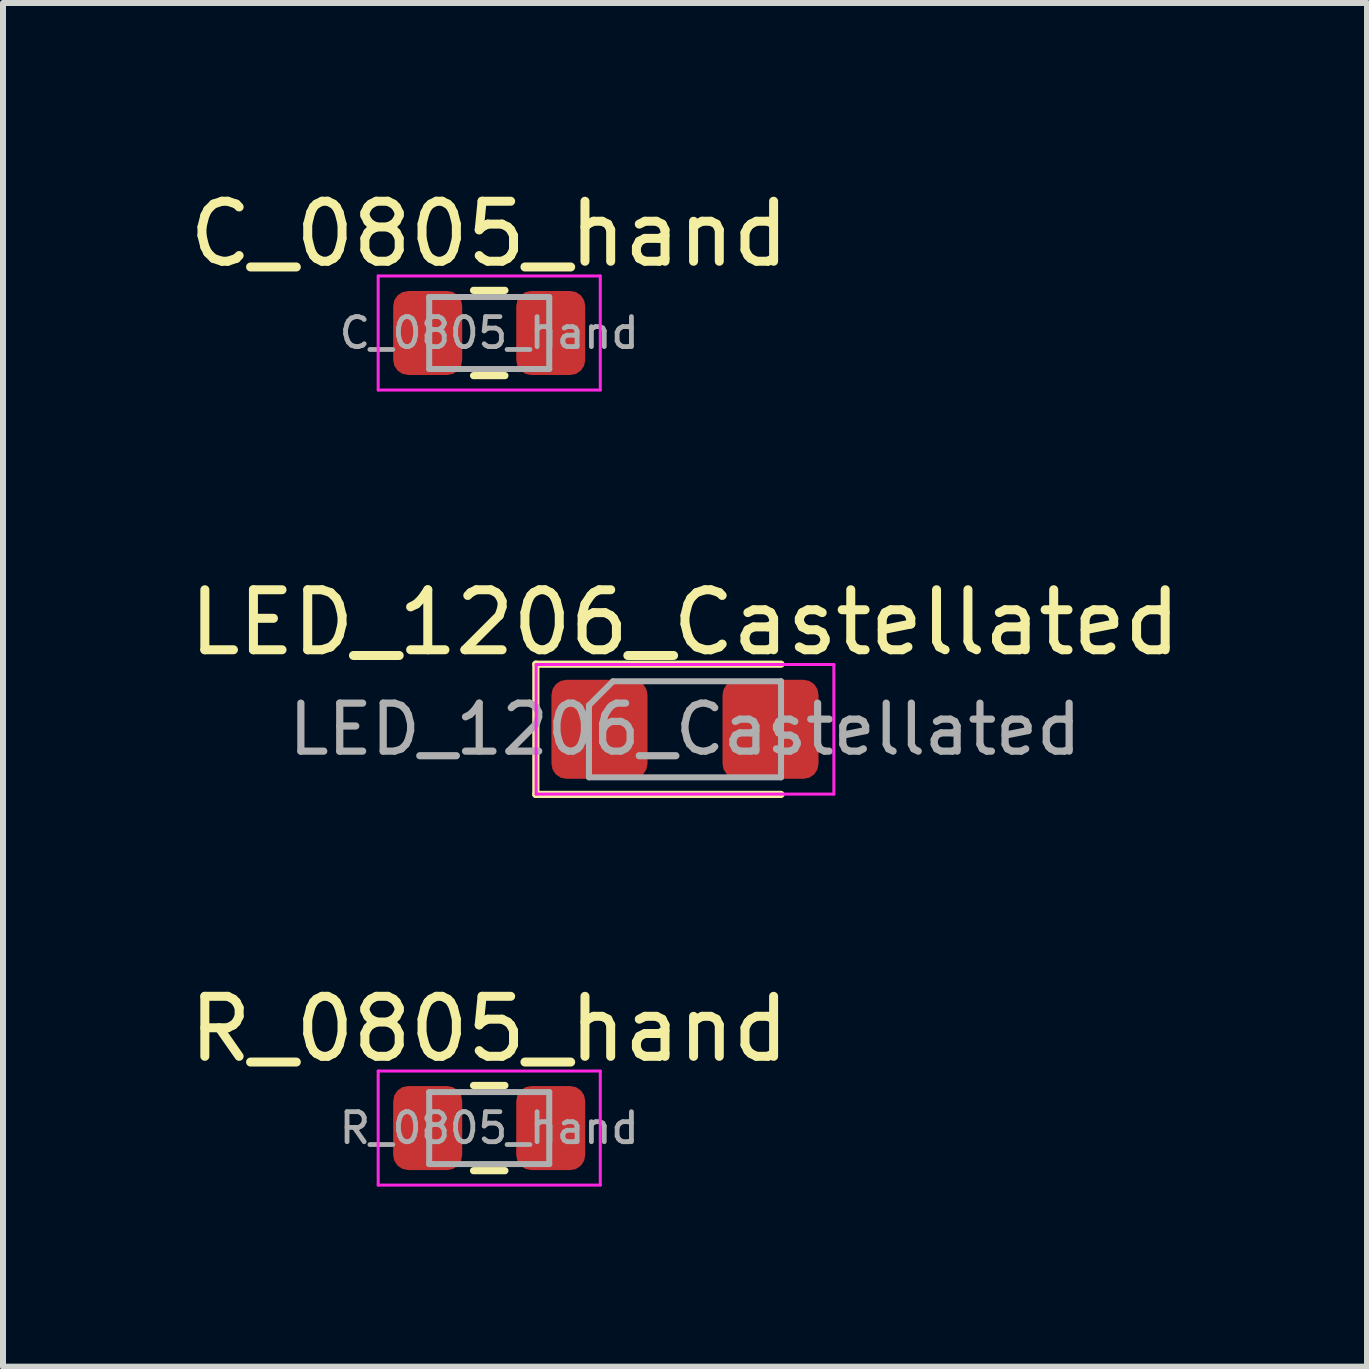
<source format=kicad_pcb>
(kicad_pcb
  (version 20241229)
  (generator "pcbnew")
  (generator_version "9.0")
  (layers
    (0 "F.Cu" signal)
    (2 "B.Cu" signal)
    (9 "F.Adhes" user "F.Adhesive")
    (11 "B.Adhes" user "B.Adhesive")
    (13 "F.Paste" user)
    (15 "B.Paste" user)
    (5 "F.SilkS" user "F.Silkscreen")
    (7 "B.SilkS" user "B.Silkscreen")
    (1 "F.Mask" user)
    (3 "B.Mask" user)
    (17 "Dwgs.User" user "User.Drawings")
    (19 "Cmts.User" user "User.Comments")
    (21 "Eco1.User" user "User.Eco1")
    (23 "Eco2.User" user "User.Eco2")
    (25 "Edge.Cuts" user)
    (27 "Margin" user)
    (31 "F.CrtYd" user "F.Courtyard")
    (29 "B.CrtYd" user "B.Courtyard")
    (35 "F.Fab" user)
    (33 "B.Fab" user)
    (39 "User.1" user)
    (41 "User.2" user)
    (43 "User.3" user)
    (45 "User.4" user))
  (footprint "LED_1206_Castellated"
    (layer "F.Cu")
    (at 8.363 9.101)
    (property "Reference" "LED_1206_Castellated" (at 0 -1.78 0) (layer "F.SilkS") (effects (font (size 1 1) (thickness 0.15))))
    (attr smd)
    (fp_line (start -2.485 -1.085) (end -2.485 1.085) (stroke (width 0.12) (type solid)) (layer "F.SilkS"))
    (fp_line (start -2.485 1.085) (end 1.6 1.085) (stroke (width 0.12) (type solid)) (layer "F.SilkS"))
    (fp_line (start 1.6 -1.085) (end -2.485 -1.085) (stroke (width 0.12) (type solid)) (layer "F.SilkS"))
    (fp_line (start -2.48 -1.08) (end 2.48 -1.08) (stroke (width 0.05) (type solid)) (layer "F.CrtYd"))
    (fp_line (start -2.48 1.08) (end -2.48 -1.08) (stroke (width 0.05) (type solid)) (layer "F.CrtYd"))
    (fp_line (start 2.48 -1.08) (end 2.48 1.08) (stroke (width 0.05) (type solid)) (layer "F.CrtYd"))
    (fp_line (start 2.48 1.08) (end -2.48 1.08) (stroke (width 0.05) (type solid)) (layer "F.CrtYd"))
    (fp_line (start -1.6 -0.4) (end -1.6 0.8) (stroke (width 0.1) (type solid)) (layer "F.Fab"))
    (fp_line (start -1.6 0.8) (end 1.6 0.8) (stroke (width 0.1) (type solid)) (layer "F.Fab"))
    (fp_line (start -1.2 -0.8) (end -1.6 -0.4) (stroke (width 0.1) (type solid)) (layer "F.Fab"))
    (fp_line (start 1.6 -0.8) (end -1.2 -0.8) (stroke (width 0.1) (type solid)) (layer "F.Fab"))
    (fp_line (start 1.6 0.8) (end 1.6 -0.8) (stroke (width 0.1) (type solid)) (layer "F.Fab"))
    (fp_text user "${REFERENCE}" (at 0 0 0) (layer "F.Fab") (effects (font (size 0.8 0.8) (thickness 0.12))))
    (pad "1" smd roundrect (at -1.425 0) (size 1.6 1.65) (layers "F.Cu" "F.Mask" "F.Paste") (roundrect_rratio 0.156))
    (pad "2" smd roundrect (at 1.425 0) (size 1.6 1.65) (layers "F.Cu" "F.Mask" "F.Paste") (roundrect_rratio 0.156)))
  (footprint "C_0805_hand"
    (layer "F.Cu")
    (at 5.101 2.498)
    (property "Reference" "C_0805_hand" (at 0 -1.65 0) (layer "F.SilkS") (effects (font (size 1 1) (thickness 0.15))))
    (attr smd)
    (fp_line (start -0.261 -0.71) (end 0.261 -0.71) (stroke (width 0.12) (type solid)) (layer "F.SilkS"))
    (fp_line (start -0.261 0.71) (end 0.261 0.71) (stroke (width 0.12) (type solid)) (layer "F.SilkS"))
    (fp_line (start -1.85 -0.95) (end 1.85 -0.95) (stroke (width 0.05) (type solid)) (layer "F.CrtYd"))
    (fp_line (start -1.85 0.95) (end -1.85 -0.95) (stroke (width 0.05) (type solid)) (layer "F.CrtYd"))
    (fp_line (start 1.85 -0.95) (end 1.85 0.95) (stroke (width 0.05) (type solid)) (layer "F.CrtYd"))
    (fp_line (start 1.85 0.95) (end -1.85 0.95) (stroke (width 0.05) (type solid)) (layer "F.CrtYd"))
    (fp_line (start -1 -0.6) (end 1 -0.6) (stroke (width 0.1) (type solid)) (layer "F.Fab"))
    (fp_line (start -1 0.6) (end -1 -0.6) (stroke (width 0.1) (type solid)) (layer "F.Fab"))
    (fp_line (start 1 -0.6) (end 1 0.6) (stroke (width 0.1) (type solid)) (layer "F.Fab"))
    (fp_line (start 1 0.6) (end -1 0.6) (stroke (width 0.1) (type solid)) (layer "F.Fab"))
    (fp_text user "${REFERENCE}" (at 0 0 0) (layer "F.Fab") (effects (font (size 0.5 0.5) (thickness 0.08))))
    (pad "1" smd roundrect (at -1.025 0) (size 1.15 1.4) (layers "F.Cu" "F.Mask" "F.Paste") (roundrect_rratio 0.217))
    (pad "2" smd roundrect (at 1.025 0) (size 1.15 1.4) (layers "F.Cu" "F.Mask" "F.Paste") (roundrect_rratio 0.217)))
  (footprint "R_0805_hand"
    (layer "F.Cu")
    (at 5.101 15.745)
    (property "Reference" "R_0805_hand" (at 0 -1.65 0) (layer "F.SilkS") (effects (font (size 1 1) (thickness 0.15))))
    (attr smd)
    (fp_line (start -0.261 -0.71) (end 0.261 -0.71) (stroke (width 0.12) (type solid)) (layer "F.SilkS"))
    (fp_line (start -0.261 0.71) (end 0.261 0.71) (stroke (width 0.12) (type solid)) (layer "F.SilkS"))
    (fp_line (start -1.85 -0.95) (end 1.85 -0.95) (stroke (width 0.05) (type solid)) (layer "F.CrtYd"))
    (fp_line (start -1.85 0.95) (end -1.85 -0.95) (stroke (width 0.05) (type solid)) (layer "F.CrtYd"))
    (fp_line (start 1.85 -0.95) (end 1.85 0.95) (stroke (width 0.05) (type solid)) (layer "F.CrtYd"))
    (fp_line (start 1.85 0.95) (end -1.85 0.95) (stroke (width 0.05) (type solid)) (layer "F.CrtYd"))
    (fp_line (start -1 -0.6) (end 1 -0.6) (stroke (width 0.1) (type solid)) (layer "F.Fab"))
    (fp_line (start -1 0.6) (end -1 -0.6) (stroke (width 0.1) (type solid)) (layer "F.Fab"))
    (fp_line (start 1 -0.6) (end 1 0.6) (stroke (width 0.1) (type solid)) (layer "F.Fab"))
    (fp_line (start 1 0.6) (end -1 0.6) (stroke (width 0.1) (type solid)) (layer "F.Fab"))
    (fp_text user "${REFERENCE}" (at 0 0 0) (layer "F.Fab") (effects (font (size 0.5 0.5) (thickness 0.08))))
    (pad "1" smd roundrect (at -1.025 0) (size 1.15 1.4) (layers "F.Cu" "F.Mask" "F.Paste") (roundrect_rratio 0.217))
    (pad "2" smd roundrect (at 1.025 0) (size 1.15 1.4) (layers "F.Cu" "F.Mask" "F.Paste") (roundrect_rratio 0.217)))
  (gr_rect
    (start -3 -3)
    (end 19.726 19.72)
    (stroke (width 0.1) (type default))
    (fill no)
    (layer "Edge.Cuts")))
</source>
